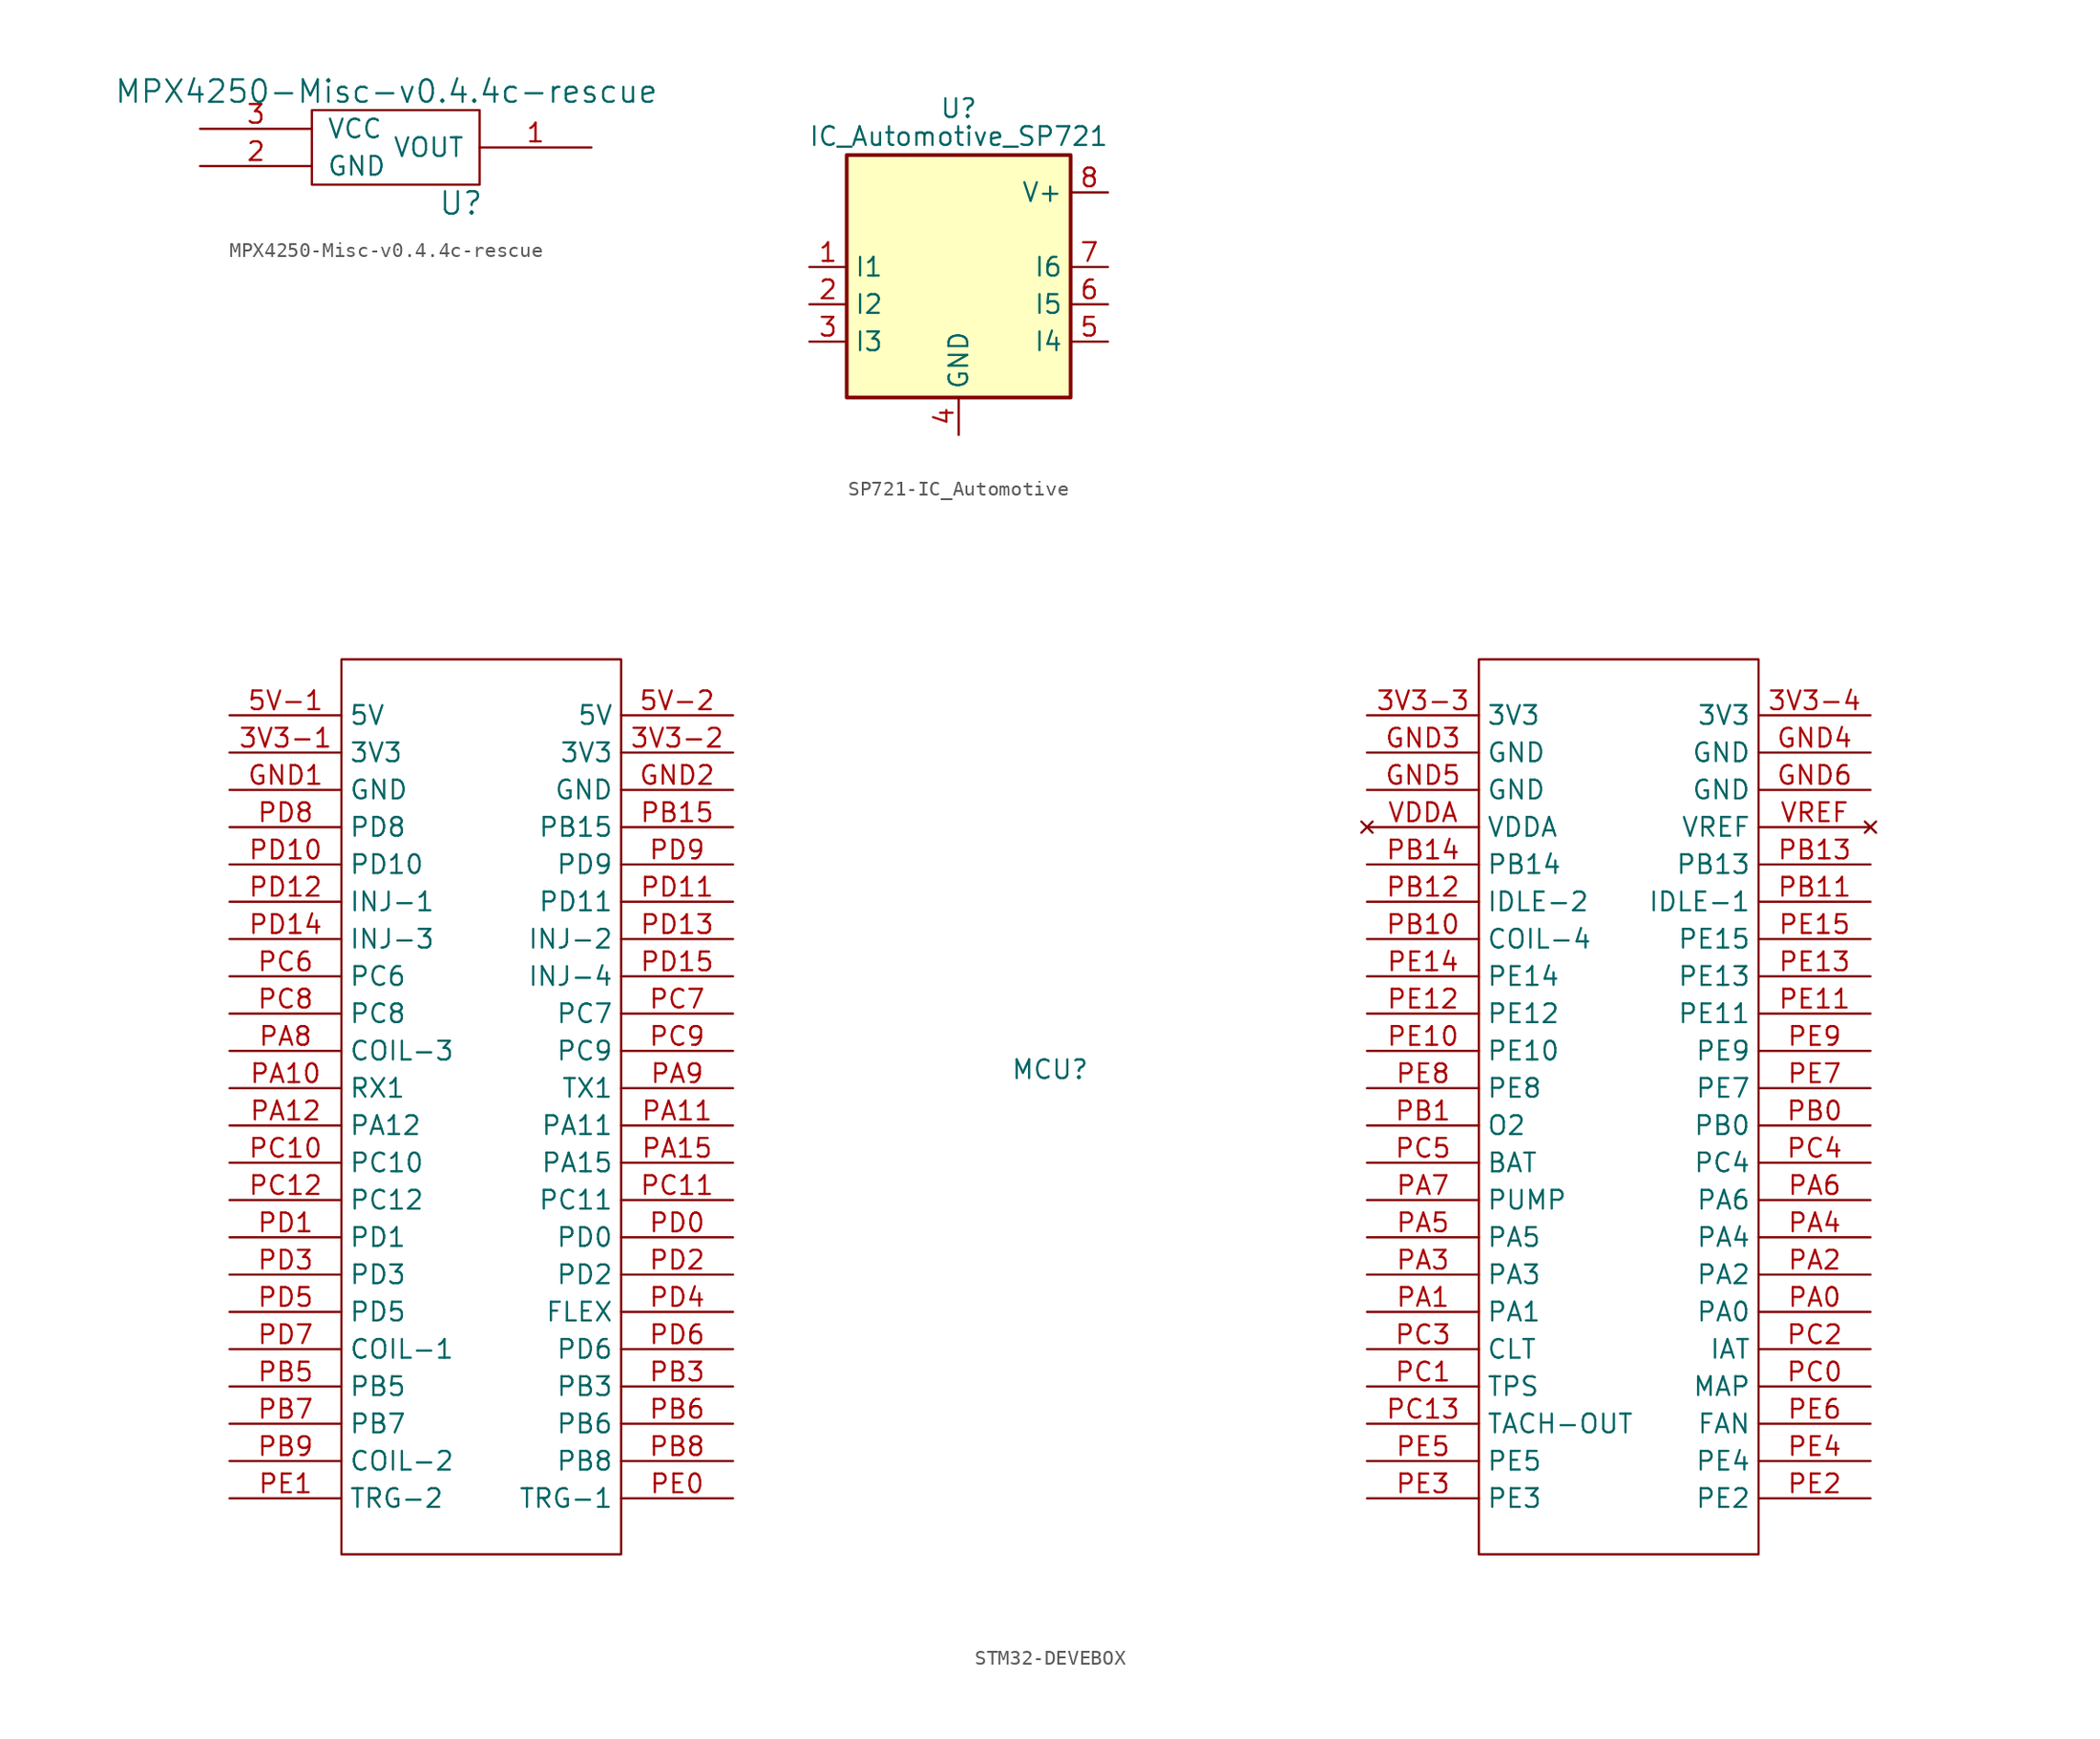
<source format=kicad_sym>
(kicad_symbol_lib
  (version 20220914)
  (generator kicad_symbol_editor)
  (symbol "MPX4250-Misc-v0.4.4c-rescue"
    (pin_names
      (offset 1.016))
    (property "Reference" "U"
      (at 3.81 -3.81 0)
      (effects (font (size 1.524 1.524))))
    (property "Value" "MPX4250-Misc-v0.4.4c-rescue"
      (at -1.27 3.81 0)
      (effects (font (size 1.524 1.524))))
    (property "Footprint" ""
      (at -1.27 0 0)
      (effects (font (size 1.524 1.524))))
    (property "Datasheet" ""
      (at -1.27 0 0)
      (effects (font (size 1.524 1.524))))
    (symbol "MPX4250-Misc-v0.4.4c-rescue_0_1"
      (rectangle (start -6.35 2.54) (end 5.08 -2.54) (stroke (width 0) (type solid)) (fill (type none))))
    (symbol "MPX4250-Misc-v0.4.4c-rescue_1_1"
      (pin output line (at 12.7 0 180) (length 7.62) (name "VOUT" (effects (font (size 1.27 1.27)))) (number "1" (effects (font (size 1.27 1.27)))))
      (pin power_in line (at -13.97 -1.27 0) (length 7.62) (name "GND" (effects (font (size 1.27 1.27)))) (number "2" (effects (font (size 1.27 1.27)))))
      (pin power_in line (at -13.97 1.27 0) (length 7.62) (name "VCC" (effects (font (size 1.27 1.27)))) (number "3" (effects (font (size 1.27 1.27)))))))
  (symbol "SP721-IC_Automotive"
    (property "Reference" "U"
      (at 0 15.875 0)
      (effects (font (size 1.27 1.27))))
    (property "Value" "IC_Automotive_SP721"
      (at 0 13.97 0)
      (effects (font (size 1.27 1.27))))
    (symbol "SP721-IC_Automotive_0_1"
      (rectangle (start -7.62 -3.81) (end 7.62 12.7) (stroke (width 0.254) (type solid)) (fill (type background))))
    (symbol "SP721-IC_Automotive_1_1"
      (pin input line (at -10.16 5.08 0) (length 2.54) (name "I1" (effects (font (size 1.27 1.27)))) (number "1" (effects (font (size 1.27 1.27)))))
      (pin input line (at -10.16 2.54 0) (length 2.54) (name "I2" (effects (font (size 1.27 1.27)))) (number "2" (effects (font (size 1.27 1.27)))))
      (pin input line (at -10.16 0 0) (length 2.54) (name "I3" (effects (font (size 1.27 1.27)))) (number "3" (effects (font (size 1.27 1.27)))))
      (pin power_in line (at 0 -6.35 90) (length 2.54) (name "GND" (effects (font (size 1.27 1.27)))) (number "4" (effects (font (size 1.27 1.27)))))
      (pin input line (at 10.16 0 180) (length 2.54) (name "I4" (effects (font (size 1.27 1.27)))) (number "5" (effects (font (size 1.27 1.27)))))
      (pin input line (at 10.16 2.54 180) (length 2.54) (name "I5" (effects (font (size 1.27 1.27)))) (number "6" (effects (font (size 1.27 1.27)))))
      (pin input line (at 10.16 5.08 180) (length 2.54) (name "I6" (effects (font (size 1.27 1.27)))) (number "7" (effects (font (size 1.27 1.27)))))
      (pin power_in line (at 10.16 10.16 180) (length 2.54) (name "V+" (effects (font (size 1.27 1.27)))) (number "8" (effects (font (size 1.27 1.27)))))))
  (symbol "STM32-DEVEBOX"
    (property "Reference" "MCU"
      (at 43.18 -15.24 0)
      (effects (font (size 1.27 1.27))))
    (property "Value" ""
      (at 0 0 0)
      (effects (font (size 1.27 1.27))))
    (property "ki_locked" ""
      (at 0 0 0)
      (effects (font (size 1.27 1.27))))
    (symbol "STM32-DEVEBOX_1_1"
      (rectangle (start -5.08 12.7) (end 13.97 -48.26) (stroke (width 0) (type default)) (fill (type none)))
      (rectangle (start 72.39 12.7) (end 91.44 -48.26) (stroke (width 0) (type default)) (fill (type none)))
      (pin power_in line (at -12.7 6.35 0) (length 7.62) (name "3V3" (effects (font (size 1.27 1.27)))) (number "3V3-1" (effects (font (size 1.27 1.27)))))
      (pin power_in line (at 21.59 6.35 180) (length 7.62) (name "3V3" (effects (font (size 1.27 1.27)))) (number "3V3-2" (effects (font (size 1.27 1.27)))))
      (pin power_in line (at 64.77 8.89 0) (length 7.62) (name "3V3" (effects (font (size 1.27 1.27)))) (number "3V3-3" (effects (font (size 1.27 1.27)))))
      (pin power_in line (at 99.06 8.89 180) (length 7.62) (name "3V3" (effects (font (size 1.27 1.27)))) (number "3V3-4" (effects (font (size 1.27 1.27)))))
      (pin power_in line (at -12.7 8.89 0) (length 7.62) (name "5V" (effects (font (size 1.27 1.27)))) (number "5V-1" (effects (font (size 1.27 1.27)))))
      (pin power_in line (at 21.59 8.89 180) (length 7.62) (name "5V" (effects (font (size 1.27 1.27)))) (number "5V-2" (effects (font (size 1.27 1.27)))))
      (pin power_in line (at -12.7 3.81 0) (length 7.62) (name "GND" (effects (font (size 1.27 1.27)))) (number "GND1" (effects (font (size 1.27 1.27)))))
      (pin power_in line (at 21.59 3.81 180) (length 7.62) (name "GND" (effects (font (size 1.27 1.27)))) (number "GND2" (effects (font (size 1.27 1.27)))))
      (pin power_in line (at 64.77 6.35 0) (length 7.62) (name "GND" (effects (font (size 1.27 1.27)))) (number "GND3" (effects (font (size 1.27 1.27)))))
      (pin power_in line (at 99.06 6.35 180) (length 7.62) (name "GND" (effects (font (size 1.27 1.27)))) (number "GND4" (effects (font (size 1.27 1.27)))))
      (pin power_in line (at 64.77 3.81 0) (length 7.62) (name "GND" (effects (font (size 1.27 1.27)))) (number "GND5" (effects (font (size 1.27 1.27)))))
      (pin power_in line (at 99.06 3.81 180) (length 7.62) (name "GND" (effects (font (size 1.27 1.27)))) (number "GND6" (effects (font (size 1.27 1.27)))))
      (pin bidirectional line (at 99.06 -31.75 180) (length 7.62) (name "PA0" (effects (font (size 1.27 1.27)))) (number "PA0" (effects (font (size 1.27 1.27)))))
      (pin bidirectional line (at 64.77 -31.75 0) (length 7.62) (name "PA1" (effects (font (size 1.27 1.27)))) (number "PA1" (effects (font (size 1.27 1.27)))))
      (pin bidirectional line (at -12.7 -16.51 0) (length 7.62) (name "RX1" (effects (font (size 1.27 1.27)))) (number "PA10" (effects (font (size 1.27 1.27)))))
      (pin bidirectional line (at 21.59 -19.05 180) (length 7.62) (name "PA11" (effects (font (size 1.27 1.27)))) (number "PA11" (effects (font (size 1.27 1.27)))))
      (pin bidirectional line (at -12.7 -19.05 0) (length 7.62) (name "PA12" (effects (font (size 1.27 1.27)))) (number "PA12" (effects (font (size 1.27 1.27)))))
      (pin bidirectional line (at 21.59 -21.59 180) (length 7.62) (name "PA15" (effects (font (size 1.27 1.27)))) (number "PA15" (effects (font (size 1.27 1.27)))))
      (pin bidirectional line (at 99.06 -29.21 180) (length 7.62) (name "PA2" (effects (font (size 1.27 1.27)))) (number "PA2" (effects (font (size 1.27 1.27)))))
      (pin bidirectional line (at 64.77 -29.21 0) (length 7.62) (name "PA3" (effects (font (size 1.27 1.27)))) (number "PA3" (effects (font (size 1.27 1.27)))))
      (pin bidirectional line (at 99.06 -26.67 180) (length 7.62) (name "PA4" (effects (font (size 1.27 1.27)))) (number "PA4" (effects (font (size 1.27 1.27)))))
      (pin bidirectional line (at 64.77 -26.67 0) (length 7.62) (name "PA5" (effects (font (size 1.27 1.27)))) (number "PA5" (effects (font (size 1.27 1.27)))))
      (pin bidirectional line (at 99.06 -24.13 180) (length 7.62) (name "PA6" (effects (font (size 1.27 1.27)))) (number "PA6" (effects (font (size 1.27 1.27)))))
      (pin bidirectional line (at 64.77 -24.13 0) (length 7.62) (name "PUMP" (effects (font (size 1.27 1.27)))) (number "PA7" (effects (font (size 1.27 1.27)))))
      (pin bidirectional line (at -12.7 -13.97 0) (length 7.62) (name "COIL-3" (effects (font (size 1.27 1.27)))) (number "PA8" (effects (font (size 1.27 1.27)))))
      (pin bidirectional line (at 21.59 -16.51 180) (length 7.62) (name "TX1" (effects (font (size 1.27 1.27)))) (number "PA9" (effects (font (size 1.27 1.27)))))
      (pin bidirectional line (at 99.06 -19.05 180) (length 7.62) (name "PB0" (effects (font (size 1.27 1.27)))) (number "PB0" (effects (font (size 1.27 1.27)))))
      (pin bidirectional line (at 64.77 -19.05 0) (length 7.62) (name "O2" (effects (font (size 1.27 1.27)))) (number "PB1" (effects (font (size 1.27 1.27)))))
      (pin bidirectional line (at 64.77 -6.35 0) (length 7.62) (name "COIL-4" (effects (font (size 1.27 1.27)))) (number "PB10" (effects (font (size 1.27 1.27)))))
      (pin bidirectional line (at 99.06 -3.81 180) (length 7.62) (name "IDLE-1" (effects (font (size 1.27 1.27)))) (number "PB11" (effects (font (size 1.27 1.27)))))
      (pin bidirectional line (at 64.77 -3.81 0) (length 7.62) (name "IDLE-2" (effects (font (size 1.27 1.27)))) (number "PB12" (effects (font (size 1.27 1.27)))))
      (pin bidirectional line (at 99.06 -1.27 180) (length 7.62) (name "PB13" (effects (font (size 1.27 1.27)))) (number "PB13" (effects (font (size 1.27 1.27)))))
      (pin bidirectional line (at 64.77 -1.27 0) (length 7.62) (name "PB14" (effects (font (size 1.27 1.27)))) (number "PB14" (effects (font (size 1.27 1.27)))))
      (pin bidirectional line (at 21.59 1.27 180) (length 7.62) (name "PB15" (effects (font (size 1.27 1.27)))) (number "PB15" (effects (font (size 1.27 1.27)))))
      (pin bidirectional line (at 21.59 -36.83 180) (length 7.62) (name "PB3" (effects (font (size 1.27 1.27)))) (number "PB3" (effects (font (size 1.27 1.27)))))
      (pin bidirectional line (at -12.7 -36.83 0) (length 7.62) (name "PB5" (effects (font (size 1.27 1.27)))) (number "PB5" (effects (font (size 1.27 1.27)))))
      (pin bidirectional line (at 21.59 -39.37 180) (length 7.62) (name "PB6" (effects (font (size 1.27 1.27)))) (number "PB6" (effects (font (size 1.27 1.27)))))
      (pin bidirectional line (at -12.7 -39.37 0) (length 7.62) (name "PB7" (effects (font (size 1.27 1.27)))) (number "PB7" (effects (font (size 1.27 1.27)))))
      (pin bidirectional line (at 21.59 -41.91 180) (length 7.62) (name "PB8" (effects (font (size 1.27 1.27)))) (number "PB8" (effects (font (size 1.27 1.27)))))
      (pin bidirectional line (at -12.7 -41.91 0) (length 7.62) (name "COIL-2" (effects (font (size 1.27 1.27)))) (number "PB9" (effects (font (size 1.27 1.27)))))
      (pin bidirectional line (at 99.06 -36.83 180) (length 7.62) (name "MAP" (effects (font (size 1.27 1.27)))) (number "PC0" (effects (font (size 1.27 1.27)))))
      (pin bidirectional line (at 64.77 -36.83 0) (length 7.62) (name "TPS" (effects (font (size 1.27 1.27)))) (number "PC1" (effects (font (size 1.27 1.27)))))
      (pin bidirectional line (at -12.7 -21.59 0) (length 7.62) (name "PC10" (effects (font (size 1.27 1.27)))) (number "PC10" (effects (font (size 1.27 1.27)))))
      (pin bidirectional line (at 21.59 -24.13 180) (length 7.62) (name "PC11" (effects (font (size 1.27 1.27)))) (number "PC11" (effects (font (size 1.27 1.27)))))
      (pin bidirectional line (at -12.7 -24.13 0) (length 7.62) (name "PC12" (effects (font (size 1.27 1.27)))) (number "PC12" (effects (font (size 1.27 1.27)))))
      (pin bidirectional line (at 64.77 -39.37 0) (length 7.62) (name "TACH-OUT" (effects (font (size 1.27 1.27)))) (number "PC13" (effects (font (size 1.27 1.27)))))
      (pin bidirectional line (at 99.06 -34.29 180) (length 7.62) (name "IAT" (effects (font (size 1.27 1.27)))) (number "PC2" (effects (font (size 1.27 1.27)))))
      (pin bidirectional line (at 64.77 -34.29 0) (length 7.62) (name "CLT" (effects (font (size 1.27 1.27)))) (number "PC3" (effects (font (size 1.27 1.27)))))
      (pin bidirectional line (at 99.06 -21.59 180) (length 7.62) (name "PC4" (effects (font (size 1.27 1.27)))) (number "PC4" (effects (font (size 1.27 1.27)))))
      (pin bidirectional line (at 64.77 -21.59 0) (length 7.62) (name "BAT" (effects (font (size 1.27 1.27)))) (number "PC5" (effects (font (size 1.27 1.27)))))
      (pin bidirectional line (at -12.7 -8.89 0) (length 7.62) (name "PC6" (effects (font (size 1.27 1.27)))) (number "PC6" (effects (font (size 1.27 1.27)))))
      (pin bidirectional line (at 21.59 -11.43 180) (length 7.62) (name "PC7" (effects (font (size 1.27 1.27)))) (number "PC7" (effects (font (size 1.27 1.27)))))
      (pin bidirectional line (at -12.7 -11.43 0) (length 7.62) (name "PC8" (effects (font (size 1.27 1.27)))) (number "PC8" (effects (font (size 1.27 1.27)))))
      (pin bidirectional line (at 21.59 -13.97 180) (length 7.62) (name "PC9" (effects (font (size 1.27 1.27)))) (number "PC9" (effects (font (size 1.27 1.27)))))
      (pin bidirectional line (at 21.59 -26.67 180) (length 7.62) (name "PD0" (effects (font (size 1.27 1.27)))) (number "PD0" (effects (font (size 1.27 1.27)))))
      (pin bidirectional line (at -12.7 -26.67 0) (length 7.62) (name "PD1" (effects (font (size 1.27 1.27)))) (number "PD1" (effects (font (size 1.27 1.27)))))
      (pin bidirectional line (at -12.7 -1.27 0) (length 7.62) (name "PD10" (effects (font (size 1.27 1.27)))) (number "PD10" (effects (font (size 1.27 1.27)))))
      (pin bidirectional line (at 21.59 -3.81 180) (length 7.62) (name "PD11" (effects (font (size 1.27 1.27)))) (number "PD11" (effects (font (size 1.27 1.27)))))
      (pin bidirectional line (at -12.7 -3.81 0) (length 7.62) (name "INJ-1" (effects (font (size 1.27 1.27)))) (number "PD12" (effects (font (size 1.27 1.27)))))
      (pin bidirectional line (at 21.59 -6.35 180) (length 7.62) (name "INJ-2" (effects (font (size 1.27 1.27)))) (number "PD13" (effects (font (size 1.27 1.27)))))
      (pin bidirectional line (at -12.7 -6.35 0) (length 7.62) (name "INJ-3" (effects (font (size 1.27 1.27)))) (number "PD14" (effects (font (size 1.27 1.27)))))
      (pin bidirectional line (at 21.59 -8.89 180) (length 7.62) (name "INJ-4" (effects (font (size 1.27 1.27)))) (number "PD15" (effects (font (size 1.27 1.27)))))
      (pin bidirectional line (at 21.59 -29.21 180) (length 7.62) (name "PD2" (effects (font (size 1.27 1.27)))) (number "PD2" (effects (font (size 1.27 1.27)))))
      (pin bidirectional line (at -12.7 -29.21 0) (length 7.62) (name "PD3" (effects (font (size 1.27 1.27)))) (number "PD3" (effects (font (size 1.27 1.27)))))
      (pin bidirectional line (at 21.59 -31.75 180) (length 7.62) (name "FLEX" (effects (font (size 1.27 1.27)))) (number "PD4" (effects (font (size 1.27 1.27)))))
      (pin bidirectional line (at -12.7 -31.75 0) (length 7.62) (name "PD5" (effects (font (size 1.27 1.27)))) (number "PD5" (effects (font (size 1.27 1.27)))))
      (pin bidirectional line (at 21.59 -34.29 180) (length 7.62) (name "PD6" (effects (font (size 1.27 1.27)))) (number "PD6" (effects (font (size 1.27 1.27)))))
      (pin bidirectional line (at -12.7 -34.29 0) (length 7.62) (name "COIL-1" (effects (font (size 1.27 1.27)))) (number "PD7" (effects (font (size 1.27 1.27)))))
      (pin bidirectional line (at -12.7 1.27 0) (length 7.62) (name "PD8" (effects (font (size 1.27 1.27)))) (number "PD8" (effects (font (size 1.27 1.27)))))
      (pin bidirectional line (at 21.59 -1.27 180) (length 7.62) (name "PD9" (effects (font (size 1.27 1.27)))) (number "PD9" (effects (font (size 1.27 1.27)))))
      (pin bidirectional line (at 21.59 -44.45 180) (length 7.62) (name "TRG-1" (effects (font (size 1.27 1.27)))) (number "PE0" (effects (font (size 1.27 1.27)))))
      (pin bidirectional line (at -12.7 -44.45 0) (length 7.62) (name "TRG-2" (effects (font (size 1.27 1.27)))) (number "PE1" (effects (font (size 1.27 1.27)))))
      (pin bidirectional line (at 64.77 -13.97 0) (length 7.62) (name "PE10" (effects (font (size 1.27 1.27)))) (number "PE10" (effects (font (size 1.27 1.27)))))
      (pin bidirectional line (at 99.06 -11.43 180) (length 7.62) (name "PE11" (effects (font (size 1.27 1.27)))) (number "PE11" (effects (font (size 1.27 1.27)))))
      (pin bidirectional line (at 64.77 -11.43 0) (length 7.62) (name "PE12" (effects (font (size 1.27 1.27)))) (number "PE12" (effects (font (size 1.27 1.27)))))
      (pin bidirectional line (at 99.06 -8.89 180) (length 7.62) (name "PE13" (effects (font (size 1.27 1.27)))) (number "PE13" (effects (font (size 1.27 1.27)))))
      (pin bidirectional line (at 64.77 -8.89 0) (length 7.62) (name "PE14" (effects (font (size 1.27 1.27)))) (number "PE14" (effects (font (size 1.27 1.27)))))
      (pin bidirectional line (at 99.06 -6.35 180) (length 7.62) (name "PE15" (effects (font (size 1.27 1.27)))) (number "PE15" (effects (font (size 1.27 1.27)))))
      (pin bidirectional line (at 99.06 -44.45 180) (length 7.62) (name "PE2" (effects (font (size 1.27 1.27)))) (number "PE2" (effects (font (size 1.27 1.27)))))
      (pin bidirectional line (at 64.77 -44.45 0) (length 7.62) (name "PE3" (effects (font (size 1.27 1.27)))) (number "PE3" (effects (font (size 1.27 1.27)))))
      (pin bidirectional line (at 99.06 -41.91 180) (length 7.62) (name "PE4" (effects (font (size 1.27 1.27)))) (number "PE4" (effects (font (size 1.27 1.27)))))
      (pin bidirectional line (at 64.77 -41.91 0) (length 7.62) (name "PE5" (effects (font (size 1.27 1.27)))) (number "PE5" (effects (font (size 1.27 1.27)))))
      (pin bidirectional line (at 99.06 -39.37 180) (length 7.62) (name "FAN" (effects (font (size 1.27 1.27)))) (number "PE6" (effects (font (size 1.27 1.27)))))
      (pin bidirectional line (at 99.06 -16.51 180) (length 7.62) (name "PE7" (effects (font (size 1.27 1.27)))) (number "PE7" (effects (font (size 1.27 1.27)))))
      (pin bidirectional line (at 64.77 -16.51 0) (length 7.62) (name "PE8" (effects (font (size 1.27 1.27)))) (number "PE8" (effects (font (size 1.27 1.27)))))
      (pin bidirectional line (at 99.06 -13.97 180) (length 7.62) (name "PE9" (effects (font (size 1.27 1.27)))) (number "PE9" (effects (font (size 1.27 1.27)))))
      (pin no_connect line (at 64.77 1.27 0) (length 7.62) (name "VDDA" (effects (font (size 1.27 1.27)))) (number "VDDA" (effects (font (size 1.27 1.27)))))
      (pin no_connect line (at 99.06 1.27 180) (length 7.62) (name "VREF" (effects (font (size 1.27 1.27)))) (number "VREF" (effects (font (size 1.27 1.27))))))))
</source>
